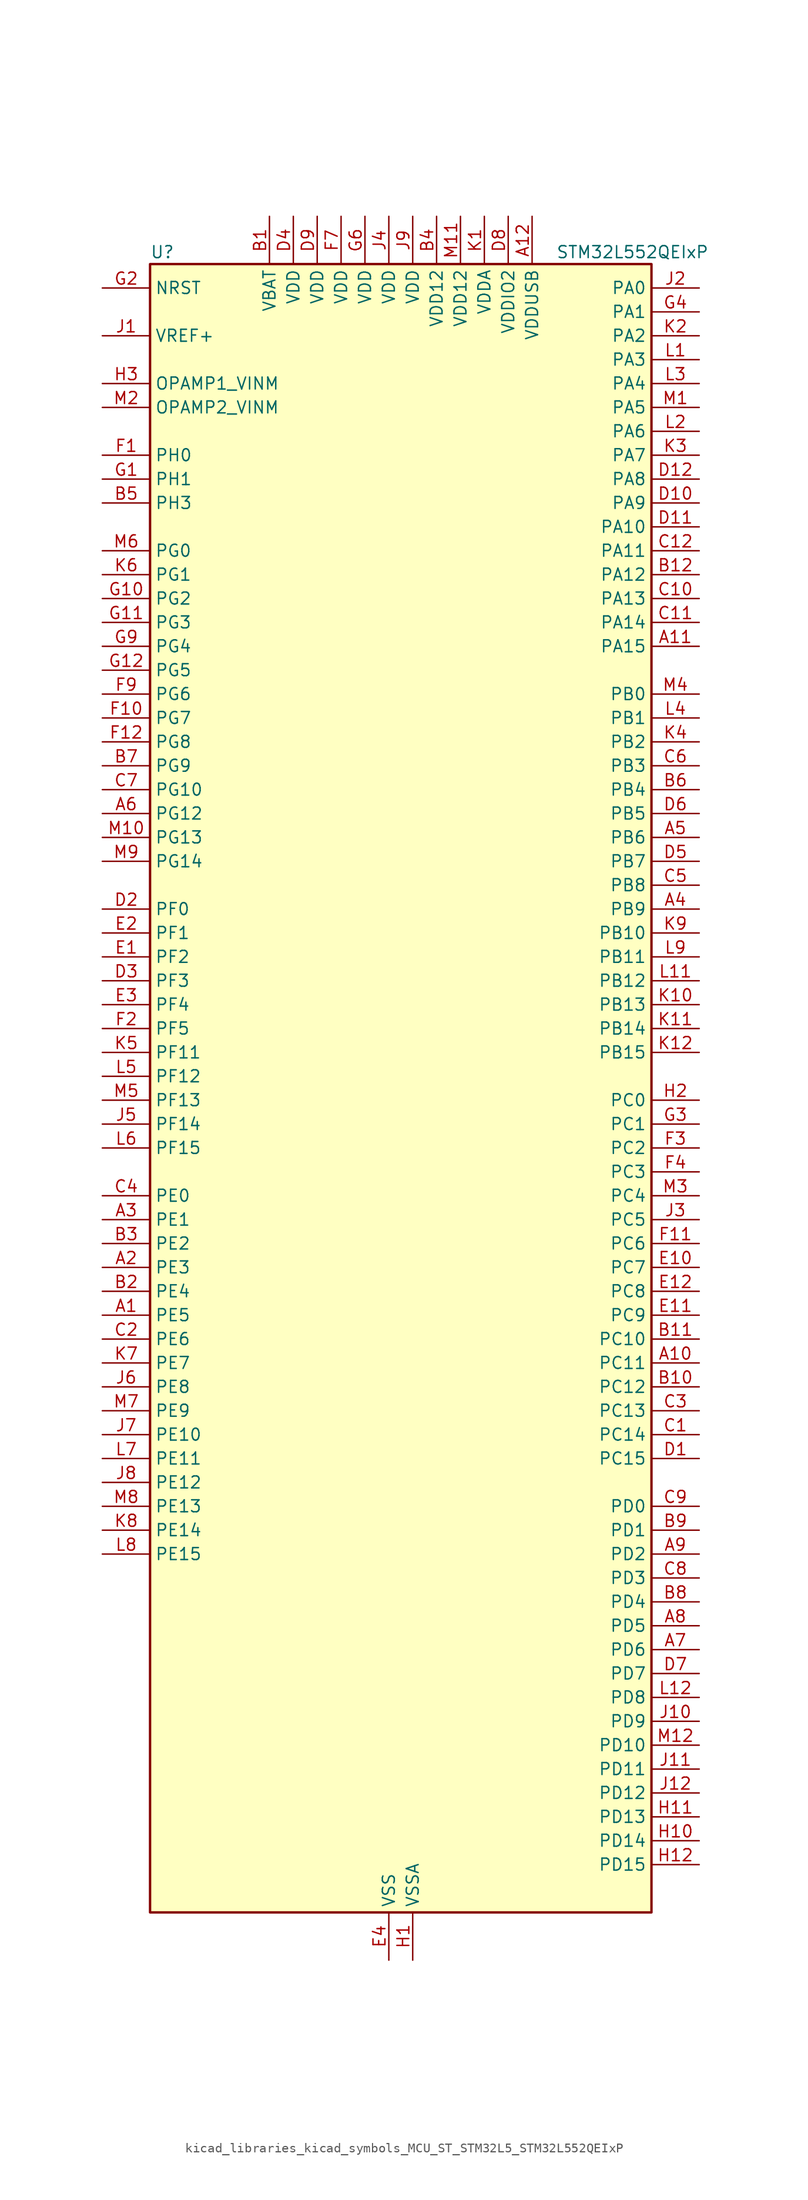
<source format=kicad_sym>
(kicad_symbol_lib
  (version 20220914)
  (generator kicad_symbol_editor)
  (symbol "kicad_libraries_kicad_symbols_MCU_ST_STM32L5_STM32L552QEIxP"
    (property "Reference" "U"
      (at -25.4 90.17 0)
      (effects (font (size 1.27 1.27)) (justify left)))
    (property "Value" "STM32L552QEIxP"
      (at 17.78 90.17 0)
      (effects (font (size 1.27 1.27)) (justify left)))
    (property "ki_locked" ""
      (at 0 0 0)
      (effects (font (size 1.27 1.27))))
    (symbol "kicad_libraries_kicad_symbols_MCU_ST_STM32L5_STM32L552QEIxP_0_1"
      (rectangle (start -25.4 -86.36) (end 27.94 88.9) (stroke (width 0.254) (type default)) (fill (type background))))
    (symbol "kicad_libraries_kicad_symbols_MCU_ST_STM32L5_STM32L552QEIxP_1_1"
      (pin bidirectional line (at -30.48 -22.86 0) (length 5.08) (name "PE5" (effects (font (size 1.27 1.27)))) (number "A1" (effects (font (size 1.27 1.27)))) (alternate "DEBUG_TRACED2" bidirectional line) (alternate "DFSDM1_CKIN3" bidirectional line) (alternate "FMC_A21" bidirectional line) (alternate "SAI1_CK2" bidirectional line) (alternate "SAI1_SCK_A" bidirectional line) (alternate "TIM3_CH3" bidirectional line) (alternate "TSC_G7_IO4" bidirectional line))
      (pin bidirectional line (at 33.02 -27.94 180) (length 5.08) (name "PC11" (effects (font (size 1.27 1.27)))) (number "A10" (effects (font (size 1.27 1.27)))) (alternate "ADC1_EXTI11" bidirectional line) (alternate "ADC2_EXTI11" bidirectional line) (alternate "LPTIM3_IN1" bidirectional line) (alternate "OCTOSPI1_NCS" bidirectional line) (alternate "SAI2_MCLK_B" bidirectional line) (alternate "SDMMC1_D3" bidirectional line) (alternate "SPI3_MISO" bidirectional line) (alternate "TSC_G3_IO3" bidirectional line) (alternate "UART4_RX" bidirectional line) (alternate "UCPD1_FRSTX2" bidirectional line) (alternate "USART3_RX" bidirectional line))
      (pin bidirectional line (at 33.02 48.26 180) (length 5.08) (name "PA15" (effects (font (size 1.27 1.27)))) (number "A11" (effects (font (size 1.27 1.27)))) (alternate "ADC1_EXTI15" bidirectional line) (alternate "ADC2_EXTI15" bidirectional line) (alternate "DEBUG_JTDI" bidirectional line) (alternate "SAI2_FS_B" bidirectional line) (alternate "SPI1_NSS" bidirectional line) (alternate "SPI3_NSS" bidirectional line) (alternate "TIM2_CH1" bidirectional line) (alternate "TIM2_ETR" bidirectional line) (alternate "UART4_DE" bidirectional line) (alternate "UART4_RTS" bidirectional line) (alternate "UCPD1_CC1" bidirectional line) (alternate "USART2_RX" bidirectional line) (alternate "USART3_DE" bidirectional line) (alternate "USART3_RTS" bidirectional line))
      (pin power_in line (at 15.24 93.98 270) (length 5.08) (name "VDDUSB" (effects (font (size 1.27 1.27)))) (number "A12" (effects (font (size 1.27 1.27)))))
      (pin bidirectional line (at -30.48 -17.78 0) (length 5.08) (name "PE3" (effects (font (size 1.27 1.27)))) (number "A2" (effects (font (size 1.27 1.27)))) (alternate "DEBUG_TRACED0" bidirectional line) (alternate "FMC_A19" bidirectional line) (alternate "OCTOSPI1_DQS" bidirectional line) (alternate "SAI1_SD_B" bidirectional line) (alternate "TIM3_CH1" bidirectional line) (alternate "TSC_G7_IO2" bidirectional line))
      (pin bidirectional line (at -30.48 -12.7 0) (length 5.08) (name "PE1" (effects (font (size 1.27 1.27)))) (number "A3" (effects (font (size 1.27 1.27)))) (alternate "FMC_NBL1" bidirectional line) (alternate "TIM17_CH1" bidirectional line))
      (pin bidirectional line (at 33.02 20.32 180) (length 5.08) (name "PB9" (effects (font (size 1.27 1.27)))) (number "A4" (effects (font (size 1.27 1.27)))) (alternate "DAC1_EXTI9" bidirectional line) (alternate "FDCAN1_TX" bidirectional line) (alternate "I2C1_SDA" bidirectional line) (alternate "IR_OUT" bidirectional line) (alternate "SAI1_D2" bidirectional line) (alternate "SAI1_FS_A" bidirectional line) (alternate "SDMMC1_CDIR" bidirectional line) (alternate "SDMMC1_D5" bidirectional line) (alternate "SPI2_NSS" bidirectional line) (alternate "TIM17_CH1" bidirectional line) (alternate "TIM4_CH4" bidirectional line))
      (pin bidirectional line (at 33.02 27.94 180) (length 5.08) (name "PB6" (effects (font (size 1.27 1.27)))) (number "A5" (effects (font (size 1.27 1.27)))) (alternate "COMP2_INP" bidirectional line) (alternate "I2C1_SCL" bidirectional line) (alternate "I2C4_SCL" bidirectional line) (alternate "LPTIM1_ETR" bidirectional line) (alternate "SAI1_FS_B" bidirectional line) (alternate "TIM16_CH1N" bidirectional line) (alternate "TIM4_CH1" bidirectional line) (alternate "TIM8_BKIN2" bidirectional line) (alternate "TSC_G2_IO3" bidirectional line) (alternate "USART1_TX" bidirectional line))
      (pin bidirectional line (at -30.48 30.48 0) (length 5.08) (name "PG12" (effects (font (size 1.27 1.27)))) (number "A6" (effects (font (size 1.27 1.27)))) (alternate "FMC_NE4" bidirectional line) (alternate "LPTIM1_ETR" bidirectional line) (alternate "SAI2_SD_A" bidirectional line) (alternate "SPI3_NSS" bidirectional line) (alternate "USART1_DE" bidirectional line) (alternate "USART1_RTS" bidirectional line))
      (pin bidirectional line (at 33.02 -58.42 180) (length 5.08) (name "PD6" (effects (font (size 1.27 1.27)))) (number "A7" (effects (font (size 1.27 1.27)))) (alternate "DFSDM1_DATIN1" bidirectional line) (alternate "FMC_NWAIT" bidirectional line) (alternate "OCTOSPI1_IO6" bidirectional line) (alternate "SAI1_D1" bidirectional line) (alternate "SAI1_SD_A" bidirectional line) (alternate "SPI3_MOSI" bidirectional line) (alternate "USART2_RX" bidirectional line))
      (pin bidirectional line (at 33.02 -55.88 180) (length 5.08) (name "PD5" (effects (font (size 1.27 1.27)))) (number "A8" (effects (font (size 1.27 1.27)))) (alternate "FMC_NWE" bidirectional line) (alternate "OCTOSPI1_IO5" bidirectional line) (alternate "USART2_TX" bidirectional line))
      (pin bidirectional line (at 33.02 -48.26 180) (length 5.08) (name "PD2" (effects (font (size 1.27 1.27)))) (number "A9" (effects (font (size 1.27 1.27)))) (alternate "DEBUG_TRACED2" bidirectional line) (alternate "SDMMC1_CMD" bidirectional line) (alternate "TIM3_ETR" bidirectional line) (alternate "TSC_SYNC" bidirectional line) (alternate "UART5_RX" bidirectional line) (alternate "USART3_DE" bidirectional line) (alternate "USART3_RTS" bidirectional line))
      (pin power_in line (at -12.7 93.98 270) (length 5.08) (name "VBAT" (effects (font (size 1.27 1.27)))) (number "B1" (effects (font (size 1.27 1.27)))))
      (pin bidirectional line (at 33.02 -30.48 180) (length 5.08) (name "PC12" (effects (font (size 1.27 1.27)))) (number "B10" (effects (font (size 1.27 1.27)))) (alternate "DEBUG_TRACED3" bidirectional line) (alternate "SAI2_SD_B" bidirectional line) (alternate "SDMMC1_CK" bidirectional line) (alternate "SPI3_MOSI" bidirectional line) (alternate "TSC_G3_IO4" bidirectional line) (alternate "UART5_TX" bidirectional line) (alternate "USART3_CK" bidirectional line))
      (pin bidirectional line (at 33.02 -25.4 180) (length 5.08) (name "PC10" (effects (font (size 1.27 1.27)))) (number "B11" (effects (font (size 1.27 1.27)))) (alternate "DEBUG_TRACED1" bidirectional line) (alternate "LPTIM3_ETR" bidirectional line) (alternate "SAI2_SCK_B" bidirectional line) (alternate "SDMMC1_D2" bidirectional line) (alternate "SPI3_SCK" bidirectional line) (alternate "TSC_G3_IO2" bidirectional line) (alternate "UART4_TX" bidirectional line) (alternate "USART3_TX" bidirectional line))
      (pin bidirectional line (at 33.02 55.88 180) (length 5.08) (name "PA12" (effects (font (size 1.27 1.27)))) (number "B12" (effects (font (size 1.27 1.27)))) (alternate "FDCAN1_TX" bidirectional line) (alternate "SPI1_MOSI" bidirectional line) (alternate "TIM1_ETR" bidirectional line) (alternate "USART1_DE" bidirectional line) (alternate "USART1_RTS" bidirectional line) (alternate "USB_DP" bidirectional line))
      (pin bidirectional line (at -30.48 -20.32 0) (length 5.08) (name "PE4" (effects (font (size 1.27 1.27)))) (number "B2" (effects (font (size 1.27 1.27)))) (alternate "DEBUG_TRACED1" bidirectional line) (alternate "DFSDM1_DATIN3" bidirectional line) (alternate "FMC_A20" bidirectional line) (alternate "SAI1_D2" bidirectional line) (alternate "SAI1_FS_A" bidirectional line) (alternate "TIM3_CH2" bidirectional line) (alternate "TSC_G7_IO3" bidirectional line))
      (pin bidirectional line (at -30.48 -15.24 0) (length 5.08) (name "PE2" (effects (font (size 1.27 1.27)))) (number "B3" (effects (font (size 1.27 1.27)))) (alternate "DEBUG_TRACECLK" bidirectional line) (alternate "FMC_A23" bidirectional line) (alternate "SAI1_CK1" bidirectional line) (alternate "SAI1_MCLK_A" bidirectional line) (alternate "TIM3_ETR" bidirectional line) (alternate "TSC_G7_IO1" bidirectional line))
      (pin power_in line (at 5.08 93.98 270) (length 5.08) (name "VDD12" (effects (font (size 1.27 1.27)))) (number "B4" (effects (font (size 1.27 1.27)))))
      (pin bidirectional line (at -30.48 63.5 0) (length 5.08) (name "PH3" (effects (font (size 1.27 1.27)))) (number "B5" (effects (font (size 1.27 1.27)))))
      (pin bidirectional line (at 33.02 33.02 180) (length 5.08) (name "PB4" (effects (font (size 1.27 1.27)))) (number "B6" (effects (font (size 1.27 1.27)))) (alternate "COMP2_INP" bidirectional line) (alternate "DEBUG_JTRST" bidirectional line) (alternate "I2C3_SDA" bidirectional line) (alternate "SAI1_MCLK_B" bidirectional line) (alternate "SPI1_MISO" bidirectional line) (alternate "SPI3_MISO" bidirectional line) (alternate "TIM17_BKIN" bidirectional line) (alternate "TIM3_CH1" bidirectional line) (alternate "TSC_G2_IO1" bidirectional line) (alternate "UART5_DE" bidirectional line) (alternate "UART5_RTS" bidirectional line) (alternate "USART1_CTS" bidirectional line) (alternate "USART1_NSS" bidirectional line))
      (pin bidirectional line (at -30.48 35.56 0) (length 5.08) (name "PG9" (effects (font (size 1.27 1.27)))) (number "B7" (effects (font (size 1.27 1.27)))) (alternate "DAC1_EXTI9" bidirectional line) (alternate "FMC_NCE" bidirectional line) (alternate "FMC_NE2" bidirectional line) (alternate "SAI2_SCK_A" bidirectional line) (alternate "SPI3_SCK" bidirectional line) (alternate "TIM15_CH1N" bidirectional line) (alternate "USART1_TX" bidirectional line))
      (pin bidirectional line (at 33.02 -53.34 180) (length 5.08) (name "PD4" (effects (font (size 1.27 1.27)))) (number "B8" (effects (font (size 1.27 1.27)))) (alternate "DFSDM1_CKIN0" bidirectional line) (alternate "FMC_NOE" bidirectional line) (alternate "OCTOSPI1_IO4" bidirectional line) (alternate "SPI2_MOSI" bidirectional line) (alternate "USART2_DE" bidirectional line) (alternate "USART2_RTS" bidirectional line))
      (pin bidirectional line (at 33.02 -45.72 180) (length 5.08) (name "PD1" (effects (font (size 1.27 1.27)))) (number "B9" (effects (font (size 1.27 1.27)))) (alternate "FDCAN1_TX" bidirectional line) (alternate "FMC_D3" bidirectional line) (alternate "FMC_DA3" bidirectional line) (alternate "SPI2_SCK" bidirectional line))
      (pin bidirectional line (at 33.02 -35.56 180) (length 5.08) (name "PC14" (effects (font (size 1.27 1.27)))) (number "C1" (effects (font (size 1.27 1.27)))) (alternate "RCC_OSC32_IN" bidirectional line))
      (pin bidirectional line (at 33.02 53.34 180) (length 5.08) (name "PA13" (effects (font (size 1.27 1.27)))) (number "C10" (effects (font (size 1.27 1.27)))) (alternate "DEBUG_JTMS-SWDIO" bidirectional line) (alternate "IR_OUT" bidirectional line) (alternate "SAI1_SD_B" bidirectional line) (alternate "USB_NOE" bidirectional line))
      (pin bidirectional line (at 33.02 50.8 180) (length 5.08) (name "PA14" (effects (font (size 1.27 1.27)))) (number "C11" (effects (font (size 1.27 1.27)))) (alternate "DEBUG_JTCK-SWCLK" bidirectional line) (alternate "I2C1_SMBA" bidirectional line) (alternate "I2C4_SMBA" bidirectional line) (alternate "LPTIM1_OUT" bidirectional line) (alternate "SAI1_FS_B" bidirectional line))
      (pin bidirectional line (at 33.02 58.42 180) (length 5.08) (name "PA11" (effects (font (size 1.27 1.27)))) (number "C12" (effects (font (size 1.27 1.27)))) (alternate "ADC1_EXTI11" bidirectional line) (alternate "ADC2_EXTI11" bidirectional line) (alternate "FDCAN1_RX" bidirectional line) (alternate "SPI1_MISO" bidirectional line) (alternate "TIM1_BKIN2" bidirectional line) (alternate "TIM1_CH4" bidirectional line) (alternate "USART1_CTS" bidirectional line) (alternate "USART1_NSS" bidirectional line) (alternate "USB_DM" bidirectional line))
      (pin bidirectional line (at -30.48 -25.4 0) (length 5.08) (name "PE6" (effects (font (size 1.27 1.27)))) (number "C2" (effects (font (size 1.27 1.27)))) (alternate "DEBUG_TRACED3" bidirectional line) (alternate "FMC_A22" bidirectional line) (alternate "PWR_WKUP3" bidirectional line) (alternate "SAI1_D1" bidirectional line) (alternate "SAI1_SD_A" bidirectional line) (alternate "TAMP_IN3" bidirectional line) (alternate "TAMP_OUT6" bidirectional line) (alternate "TIM3_CH4" bidirectional line))
      (pin bidirectional line (at 33.02 -33.02 180) (length 5.08) (name "PC13" (effects (font (size 1.27 1.27)))) (number "C3" (effects (font (size 1.27 1.27)))) (alternate "PWR_WKUP2" bidirectional line) (alternate "RTC_OUT1" bidirectional line) (alternate "RTC_TS" bidirectional line) (alternate "TAMP_IN1" bidirectional line) (alternate "TAMP_OUT2" bidirectional line))
      (pin bidirectional line (at -30.48 -10.16 0) (length 5.08) (name "PE0" (effects (font (size 1.27 1.27)))) (number "C4" (effects (font (size 1.27 1.27)))) (alternate "FMC_NBL0" bidirectional line) (alternate "TIM16_CH1" bidirectional line) (alternate "TIM4_ETR" bidirectional line))
      (pin bidirectional line (at 33.02 22.86 180) (length 5.08) (name "PB8" (effects (font (size 1.27 1.27)))) (number "C5" (effects (font (size 1.27 1.27)))) (alternate "DFSDM1_CKOUT" bidirectional line) (alternate "FDCAN1_RX" bidirectional line) (alternate "I2C1_SCL" bidirectional line) (alternate "SAI1_CK1" bidirectional line) (alternate "SAI1_MCLK_A" bidirectional line) (alternate "SDMMC1_CKIN" bidirectional line) (alternate "SDMMC1_D4" bidirectional line) (alternate "TIM16_CH1" bidirectional line) (alternate "TIM4_CH3" bidirectional line))
      (pin bidirectional line (at 33.02 35.56 180) (length 5.08) (name "PB3" (effects (font (size 1.27 1.27)))) (number "C6" (effects (font (size 1.27 1.27)))) (alternate "COMP2_INM" bidirectional line) (alternate "CRS_SYNC" bidirectional line) (alternate "DEBUG_JTDO-SWO" bidirectional line) (alternate "SAI1_SCK_B" bidirectional line) (alternate "SPI1_SCK" bidirectional line) (alternate "SPI3_SCK" bidirectional line) (alternate "TIM2_CH2" bidirectional line) (alternate "USART1_DE" bidirectional line) (alternate "USART1_RTS" bidirectional line))
      (pin bidirectional line (at -30.48 33.02 0) (length 5.08) (name "PG10" (effects (font (size 1.27 1.27)))) (number "C7" (effects (font (size 1.27 1.27)))) (alternate "FMC_NE3" bidirectional line) (alternate "LPTIM1_IN1" bidirectional line) (alternate "SAI2_FS_A" bidirectional line) (alternate "SPI3_MISO" bidirectional line) (alternate "TIM15_CH1" bidirectional line) (alternate "USART1_RX" bidirectional line))
      (pin bidirectional line (at 33.02 -50.8 180) (length 5.08) (name "PD3" (effects (font (size 1.27 1.27)))) (number "C8" (effects (font (size 1.27 1.27)))) (alternate "DFSDM1_DATIN0" bidirectional line) (alternate "FMC_CLK" bidirectional line) (alternate "SPI2_MISO" bidirectional line) (alternate "SPI2_SCK" bidirectional line) (alternate "USART2_CTS" bidirectional line) (alternate "USART2_NSS" bidirectional line))
      (pin bidirectional line (at 33.02 -43.18 180) (length 5.08) (name "PD0" (effects (font (size 1.27 1.27)))) (number "C9" (effects (font (size 1.27 1.27)))) (alternate "FDCAN1_RX" bidirectional line) (alternate "FMC_D2" bidirectional line) (alternate "FMC_DA2" bidirectional line) (alternate "SPI2_NSS" bidirectional line))
      (pin bidirectional line (at 33.02 -38.1 180) (length 5.08) (name "PC15" (effects (font (size 1.27 1.27)))) (number "D1" (effects (font (size 1.27 1.27)))) (alternate "ADC1_EXTI15" bidirectional line) (alternate "ADC2_EXTI15" bidirectional line) (alternate "RCC_OSC32_OUT" bidirectional line))
      (pin bidirectional line (at 33.02 63.5 180) (length 5.08) (name "PA9" (effects (font (size 1.27 1.27)))) (number "D10" (effects (font (size 1.27 1.27)))) (alternate "DAC1_EXTI9" bidirectional line) (alternate "SAI1_FS_A" bidirectional line) (alternate "SPI2_SCK" bidirectional line) (alternate "TIM15_BKIN" bidirectional line) (alternate "TIM1_CH2" bidirectional line) (alternate "USART1_TX" bidirectional line))
      (pin bidirectional line (at 33.02 60.96 180) (length 5.08) (name "PA10" (effects (font (size 1.27 1.27)))) (number "D11" (effects (font (size 1.27 1.27)))) (alternate "CRS_SYNC" bidirectional line) (alternate "SAI1_D1" bidirectional line) (alternate "SAI1_SD_A" bidirectional line) (alternate "TIM17_BKIN" bidirectional line) (alternate "TIM1_CH3" bidirectional line) (alternate "USART1_RX" bidirectional line))
      (pin bidirectional line (at 33.02 66.04 180) (length 5.08) (name "PA8" (effects (font (size 1.27 1.27)))) (number "D12" (effects (font (size 1.27 1.27)))) (alternate "LPTIM2_OUT" bidirectional line) (alternate "RCC_MCO" bidirectional line) (alternate "SAI1_CK2" bidirectional line) (alternate "SAI1_SCK_A" bidirectional line) (alternate "TIM1_CH1" bidirectional line) (alternate "USART1_CK" bidirectional line))
      (pin bidirectional line (at -30.48 20.32 0) (length 5.08) (name "PF0" (effects (font (size 1.27 1.27)))) (number "D2" (effects (font (size 1.27 1.27)))) (alternate "FMC_A0" bidirectional line) (alternate "I2C2_SDA" bidirectional line))
      (pin bidirectional line (at -30.48 12.7 0) (length 5.08) (name "PF3" (effects (font (size 1.27 1.27)))) (number "D3" (effects (font (size 1.27 1.27)))) (alternate "FMC_A3" bidirectional line) (alternate "LPTIM3_IN1" bidirectional line))
      (pin power_in line (at -10.16 93.98 270) (length 5.08) (name "VDD" (effects (font (size 1.27 1.27)))) (number "D4" (effects (font (size 1.27 1.27)))))
      (pin bidirectional line (at 33.02 25.4 180) (length 5.08) (name "PB7" (effects (font (size 1.27 1.27)))) (number "D5" (effects (font (size 1.27 1.27)))) (alternate "COMP2_INM" bidirectional line) (alternate "FMC_NL" bidirectional line) (alternate "I2C1_SDA" bidirectional line) (alternate "I2C4_SDA" bidirectional line) (alternate "LPTIM1_IN2" bidirectional line) (alternate "PWR_PVD_IN" bidirectional line) (alternate "TIM17_CH1N" bidirectional line) (alternate "TIM4_CH2" bidirectional line) (alternate "TIM8_BKIN" bidirectional line) (alternate "TSC_G2_IO4" bidirectional line) (alternate "UART4_CTS" bidirectional line) (alternate "USART1_RX" bidirectional line))
      (pin bidirectional line (at 33.02 30.48 180) (length 5.08) (name "PB5" (effects (font (size 1.27 1.27)))) (number "D6" (effects (font (size 1.27 1.27)))) (alternate "COMP2_OUT" bidirectional line) (alternate "I2C1_SMBA" bidirectional line) (alternate "LPTIM1_IN1" bidirectional line) (alternate "OCTOSPI1_NCLK" bidirectional line) (alternate "SAI1_SD_B" bidirectional line) (alternate "SPI1_MOSI" bidirectional line) (alternate "SPI3_MOSI" bidirectional line) (alternate "TIM16_BKIN" bidirectional line) (alternate "TIM3_CH2" bidirectional line) (alternate "TSC_G2_IO2" bidirectional line) (alternate "UART5_CTS" bidirectional line) (alternate "UCPD1_DBCC1" bidirectional line) (alternate "USART1_CK" bidirectional line))
      (pin bidirectional line (at 33.02 -60.96 180) (length 5.08) (name "PD7" (effects (font (size 1.27 1.27)))) (number "D7" (effects (font (size 1.27 1.27)))) (alternate "DFSDM1_CKIN1" bidirectional line) (alternate "FMC_NCE" bidirectional line) (alternate "FMC_NE1" bidirectional line) (alternate "OCTOSPI1_IO7" bidirectional line) (alternate "USART2_CK" bidirectional line))
      (pin power_in line (at 12.7 93.98 270) (length 5.08) (name "VDDIO2" (effects (font (size 1.27 1.27)))) (number "D8" (effects (font (size 1.27 1.27)))))
      (pin power_in line (at -7.62 93.98 270) (length 5.08) (name "VDD" (effects (font (size 1.27 1.27)))) (number "D9" (effects (font (size 1.27 1.27)))))
      (pin bidirectional line (at -30.48 15.24 0) (length 5.08) (name "PF2" (effects (font (size 1.27 1.27)))) (number "E1" (effects (font (size 1.27 1.27)))) (alternate "FMC_A2" bidirectional line) (alternate "I2C2_SMBA" bidirectional line))
      (pin bidirectional line (at 33.02 -17.78 180) (length 5.08) (name "PC7" (effects (font (size 1.27 1.27)))) (number "E10" (effects (font (size 1.27 1.27)))) (alternate "DFSDM1_DATIN3" bidirectional line) (alternate "SAI2_MCLK_B" bidirectional line) (alternate "SDMMC1_D123DIR" bidirectional line) (alternate "SDMMC1_D7" bidirectional line) (alternate "TIM3_CH2" bidirectional line) (alternate "TIM8_CH2" bidirectional line) (alternate "TSC_G4_IO2" bidirectional line))
      (pin bidirectional line (at 33.02 -22.86 180) (length 5.08) (name "PC9" (effects (font (size 1.27 1.27)))) (number "E11" (effects (font (size 1.27 1.27)))) (alternate "DAC1_EXTI9" bidirectional line) (alternate "DEBUG_TRACED0" bidirectional line) (alternate "SAI2_EXTCLK" bidirectional line) (alternate "SDMMC1_D1" bidirectional line) (alternate "TIM3_CH4" bidirectional line) (alternate "TIM8_BKIN2" bidirectional line) (alternate "TIM8_CH4" bidirectional line) (alternate "TSC_G4_IO4" bidirectional line) (alternate "USB_NOE" bidirectional line))
      (pin bidirectional line (at 33.02 -20.32 180) (length 5.08) (name "PC8" (effects (font (size 1.27 1.27)))) (number "E12" (effects (font (size 1.27 1.27)))) (alternate "SDMMC1_D0" bidirectional line) (alternate "TIM3_CH3" bidirectional line) (alternate "TIM8_CH3" bidirectional line) (alternate "TSC_G4_IO3" bidirectional line))
      (pin bidirectional line (at -30.48 17.78 0) (length 5.08) (name "PF1" (effects (font (size 1.27 1.27)))) (number "E2" (effects (font (size 1.27 1.27)))) (alternate "FMC_A1" bidirectional line) (alternate "I2C2_SCL" bidirectional line))
      (pin bidirectional line (at -30.48 10.16 0) (length 5.08) (name "PF4" (effects (font (size 1.27 1.27)))) (number "E3" (effects (font (size 1.27 1.27)))) (alternate "FMC_A4" bidirectional line) (alternate "LPTIM3_ETR" bidirectional line))
      (pin power_in line (at 0 -91.44 90) (length 5.08) (name "VSS" (effects (font (size 1.27 1.27)))) (number "E4" (effects (font (size 1.27 1.27)))))
      (pin passive line (at 0 -91.44 90) (length 5.08) hide (name "VSS" (effects (font (size 1.27 1.27)))) (number "E9" (effects (font (size 1.27 1.27)))))
      (pin bidirectional line (at -30.48 68.58 0) (length 5.08) (name "PH0" (effects (font (size 1.27 1.27)))) (number "F1" (effects (font (size 1.27 1.27)))) (alternate "RCC_OSC_IN" bidirectional line))
      (pin bidirectional line (at -30.48 40.64 0) (length 5.08) (name "PG7" (effects (font (size 1.27 1.27)))) (number "F10" (effects (font (size 1.27 1.27)))) (alternate "DFSDM1_CKOUT" bidirectional line) (alternate "FMC_INT" bidirectional line) (alternate "I2C3_SCL" bidirectional line) (alternate "LPUART1_TX" bidirectional line) (alternate "SAI1_CK1" bidirectional line) (alternate "SAI1_MCLK_A" bidirectional line) (alternate "UCPD1_FRSTX2" bidirectional line))
      (pin bidirectional line (at 33.02 -15.24 180) (length 5.08) (name "PC6" (effects (font (size 1.27 1.27)))) (number "F11" (effects (font (size 1.27 1.27)))) (alternate "DFSDM1_CKIN3" bidirectional line) (alternate "SAI2_MCLK_A" bidirectional line) (alternate "SDMMC1_D0DIR" bidirectional line) (alternate "SDMMC1_D6" bidirectional line) (alternate "TIM3_CH1" bidirectional line) (alternate "TIM8_CH1" bidirectional line) (alternate "TSC_G4_IO1" bidirectional line))
      (pin bidirectional line (at -30.48 38.1 0) (length 5.08) (name "PG8" (effects (font (size 1.27 1.27)))) (number "F12" (effects (font (size 1.27 1.27)))) (alternate "I2C3_SDA" bidirectional line) (alternate "LPUART1_RX" bidirectional line))
      (pin bidirectional line (at -30.48 7.62 0) (length 5.08) (name "PF5" (effects (font (size 1.27 1.27)))) (number "F2" (effects (font (size 1.27 1.27)))) (alternate "FMC_A5" bidirectional line) (alternate "LPTIM3_OUT" bidirectional line))
      (pin bidirectional line (at 33.02 -5.08 180) (length 5.08) (name "PC2" (effects (font (size 1.27 1.27)))) (number "F3" (effects (font (size 1.27 1.27)))) (alternate "ADC1_IN3" bidirectional line) (alternate "ADC2_IN3" bidirectional line) (alternate "DFSDM1_CKOUT" bidirectional line) (alternate "LPTIM1_IN2" bidirectional line) (alternate "OCTOSPI1_IO5" bidirectional line) (alternate "SPI2_MISO" bidirectional line))
      (pin bidirectional line (at 33.02 -7.62 180) (length 5.08) (name "PC3" (effects (font (size 1.27 1.27)))) (number "F4" (effects (font (size 1.27 1.27)))) (alternate "ADC1_IN4" bidirectional line) (alternate "ADC2_IN4" bidirectional line) (alternate "LPTIM1_ETR" bidirectional line) (alternate "LPTIM2_ETR" bidirectional line) (alternate "LPTIM3_OUT" bidirectional line) (alternate "OCTOSPI1_IO6" bidirectional line) (alternate "SAI1_D1" bidirectional line) (alternate "SAI1_SD_A" bidirectional line) (alternate "SPI2_MOSI" bidirectional line))
      (pin passive line (at 0 -91.44 90) (length 5.08) hide (name "VSS" (effects (font (size 1.27 1.27)))) (number "F6" (effects (font (size 1.27 1.27)))))
      (pin power_in line (at -5.08 93.98 270) (length 5.08) (name "VDD" (effects (font (size 1.27 1.27)))) (number "F7" (effects (font (size 1.27 1.27)))))
      (pin bidirectional line (at -30.48 43.18 0) (length 5.08) (name "PG6" (effects (font (size 1.27 1.27)))) (number "F9" (effects (font (size 1.27 1.27)))) (alternate "I2C3_SMBA" bidirectional line) (alternate "LPUART1_DE" bidirectional line) (alternate "LPUART1_RTS" bidirectional line) (alternate "OCTOSPI1_DQS" bidirectional line) (alternate "UCPD1_FRSTX1" bidirectional line))
      (pin bidirectional line (at -30.48 66.04 0) (length 5.08) (name "PH1" (effects (font (size 1.27 1.27)))) (number "G1" (effects (font (size 1.27 1.27)))) (alternate "RCC_OSC_OUT" bidirectional line))
      (pin bidirectional line (at -30.48 53.34 0) (length 5.08) (name "PG2" (effects (font (size 1.27 1.27)))) (number "G10" (effects (font (size 1.27 1.27)))) (alternate "FMC_A12" bidirectional line) (alternate "SAI2_SCK_B" bidirectional line) (alternate "SPI1_SCK" bidirectional line))
      (pin bidirectional line (at -30.48 50.8 0) (length 5.08) (name "PG3" (effects (font (size 1.27 1.27)))) (number "G11" (effects (font (size 1.27 1.27)))) (alternate "FMC_A13" bidirectional line) (alternate "SAI2_FS_B" bidirectional line) (alternate "SPI1_MISO" bidirectional line))
      (pin bidirectional line (at -30.48 45.72 0) (length 5.08) (name "PG5" (effects (font (size 1.27 1.27)))) (number "G12" (effects (font (size 1.27 1.27)))) (alternate "FMC_A15" bidirectional line) (alternate "LPUART1_CTS" bidirectional line) (alternate "SAI2_SD_B" bidirectional line) (alternate "SPI1_NSS" bidirectional line))
      (pin input line (at -30.48 86.36 0) (length 5.08) (name "NRST" (effects (font (size 1.27 1.27)))) (number "G2" (effects (font (size 1.27 1.27)))))
      (pin bidirectional line (at 33.02 -2.54 180) (length 5.08) (name "PC1" (effects (font (size 1.27 1.27)))) (number "G3" (effects (font (size 1.27 1.27)))) (alternate "ADC1_IN2" bidirectional line) (alternate "ADC2_IN2" bidirectional line) (alternate "DEBUG_TRACED0" bidirectional line) (alternate "I2C3_SDA" bidirectional line) (alternate "LPTIM1_OUT" bidirectional line) (alternate "LPUART1_TX" bidirectional line) (alternate "OCTOSPI1_IO4" bidirectional line) (alternate "SAI1_SD_A" bidirectional line) (alternate "SPI2_MOSI" bidirectional line))
      (pin bidirectional line (at 33.02 83.82 180) (length 5.08) (name "PA1" (effects (font (size 1.27 1.27)))) (number "G4" (effects (font (size 1.27 1.27)))) (alternate "ADC1_IN6" bidirectional line) (alternate "ADC2_IN6" bidirectional line) (alternate "I2C1_SMBA" bidirectional line) (alternate "OCTOSPI1_DQS" bidirectional line) (alternate "OPAMP1_VINM" bidirectional line) (alternate "SPI1_SCK" bidirectional line) (alternate "TAMP_IN5" bidirectional line) (alternate "TAMP_OUT4" bidirectional line) (alternate "TIM15_CH1N" bidirectional line) (alternate "TIM2_CH2" bidirectional line) (alternate "TIM5_CH2" bidirectional line) (alternate "UART4_RX" bidirectional line) (alternate "USART2_DE" bidirectional line) (alternate "USART2_RTS" bidirectional line))
      (pin power_in line (at -2.54 93.98 270) (length 5.08) (name "VDD" (effects (font (size 1.27 1.27)))) (number "G6" (effects (font (size 1.27 1.27)))))
      (pin passive line (at 0 -91.44 90) (length 5.08) hide (name "VSS" (effects (font (size 1.27 1.27)))) (number "G7" (effects (font (size 1.27 1.27)))))
      (pin bidirectional line (at -30.48 48.26 0) (length 5.08) (name "PG4" (effects (font (size 1.27 1.27)))) (number "G9" (effects (font (size 1.27 1.27)))) (alternate "FMC_A14" bidirectional line) (alternate "SAI2_MCLK_B" bidirectional line) (alternate "SPI1_MOSI" bidirectional line))
      (pin power_in line (at 2.54 -91.44 90) (length 5.08) (name "VSSA" (effects (font (size 1.27 1.27)))) (number "H1" (effects (font (size 1.27 1.27)))))
      (pin bidirectional line (at 33.02 -78.74 180) (length 5.08) (name "PD14" (effects (font (size 1.27 1.27)))) (number "H10" (effects (font (size 1.27 1.27)))) (alternate "FMC_D0" bidirectional line) (alternate "FMC_DA0" bidirectional line) (alternate "TIM4_CH3" bidirectional line))
      (pin bidirectional line (at 33.02 -76.2 180) (length 5.08) (name "PD13" (effects (font (size 1.27 1.27)))) (number "H11" (effects (font (size 1.27 1.27)))) (alternate "FMC_A18" bidirectional line) (alternate "I2C4_SDA" bidirectional line) (alternate "LPTIM2_OUT" bidirectional line) (alternate "TIM4_CH2" bidirectional line) (alternate "TSC_G6_IO4" bidirectional line))
      (pin bidirectional line (at 33.02 -81.28 180) (length 5.08) (name "PD15" (effects (font (size 1.27 1.27)))) (number "H12" (effects (font (size 1.27 1.27)))) (alternate "ADC1_EXTI15" bidirectional line) (alternate "ADC2_EXTI15" bidirectional line) (alternate "FMC_D1" bidirectional line) (alternate "FMC_DA1" bidirectional line) (alternate "TIM4_CH4" bidirectional line))
      (pin bidirectional line (at 33.02 0 180) (length 5.08) (name "PC0" (effects (font (size 1.27 1.27)))) (number "H2" (effects (font (size 1.27 1.27)))) (alternate "ADC1_IN1" bidirectional line) (alternate "ADC2_IN1" bidirectional line) (alternate "I2C3_SCL" bidirectional line) (alternate "LPTIM1_IN1" bidirectional line) (alternate "LPTIM2_IN1" bidirectional line) (alternate "LPUART1_RX" bidirectional line) (alternate "OCTOSPI1_IO7" bidirectional line) (alternate "SAI2_FS_A" bidirectional line) (alternate "SDMMC1_D5" bidirectional line))
      (pin bidirectional line (at -30.48 76.2 0) (length 5.08) (name "OPAMP1_VINM" (effects (font (size 1.27 1.27)))) (number "H3" (effects (font (size 1.27 1.27)))) (alternate "OPAMP1_VINM" bidirectional line))
      (pin passive line (at 0 -91.44 90) (length 5.08) hide (name "VSS" (effects (font (size 1.27 1.27)))) (number "H4" (effects (font (size 1.27 1.27)))))
      (pin passive line (at 0 -91.44 90) (length 5.08) hide (name "VSS" (effects (font (size 1.27 1.27)))) (number "H9" (effects (font (size 1.27 1.27)))))
      (pin input line (at -30.48 81.28 0) (length 5.08) (name "VREF+" (effects (font (size 1.27 1.27)))) (number "J1" (effects (font (size 1.27 1.27)))))
      (pin bidirectional line (at 33.02 -66.04 180) (length 5.08) (name "PD9" (effects (font (size 1.27 1.27)))) (number "J10" (effects (font (size 1.27 1.27)))) (alternate "DAC1_EXTI9" bidirectional line) (alternate "FMC_D14" bidirectional line) (alternate "FMC_DA14" bidirectional line) (alternate "SAI2_MCLK_A" bidirectional line) (alternate "USART3_RX" bidirectional line))
      (pin bidirectional line (at 33.02 -71.12 180) (length 5.08) (name "PD11" (effects (font (size 1.27 1.27)))) (number "J11" (effects (font (size 1.27 1.27)))) (alternate "ADC1_EXTI11" bidirectional line) (alternate "ADC2_EXTI11" bidirectional line) (alternate "FMC_A16" bidirectional line) (alternate "FMC_CLE" bidirectional line) (alternate "I2C4_SMBA" bidirectional line) (alternate "LPTIM2_ETR" bidirectional line) (alternate "SAI2_SD_A" bidirectional line) (alternate "TSC_G6_IO2" bidirectional line) (alternate "USART3_CTS" bidirectional line) (alternate "USART3_NSS" bidirectional line))
      (pin bidirectional line (at 33.02 -73.66 180) (length 5.08) (name "PD12" (effects (font (size 1.27 1.27)))) (number "J12" (effects (font (size 1.27 1.27)))) (alternate "FMC_A17" bidirectional line) (alternate "FMC_ALE" bidirectional line) (alternate "I2C4_SCL" bidirectional line) (alternate "LPTIM2_IN1" bidirectional line) (alternate "SAI2_FS_A" bidirectional line) (alternate "TIM4_CH1" bidirectional line) (alternate "TSC_G6_IO3" bidirectional line) (alternate "USART3_DE" bidirectional line) (alternate "USART3_RTS" bidirectional line))
      (pin bidirectional line (at 33.02 86.36 180) (length 5.08) (name "PA0" (effects (font (size 1.27 1.27)))) (number "J2" (effects (font (size 1.27 1.27)))) (alternate "ADC1_IN5" bidirectional line) (alternate "ADC2_IN5" bidirectional line) (alternate "OPAMP1_VINP" bidirectional line) (alternate "PWR_WKUP1" bidirectional line) (alternate "SAI1_EXTCLK" bidirectional line) (alternate "TAMP_IN2" bidirectional line) (alternate "TAMP_OUT1" bidirectional line) (alternate "TIM2_CH1" bidirectional line) (alternate "TIM2_ETR" bidirectional line) (alternate "TIM5_CH1" bidirectional line) (alternate "TIM8_ETR" bidirectional line) (alternate "UART4_TX" bidirectional line) (alternate "USART2_CTS" bidirectional line) (alternate "USART2_NSS" bidirectional line))
      (pin bidirectional line (at 33.02 -12.7 180) (length 5.08) (name "PC5" (effects (font (size 1.27 1.27)))) (number "J3" (effects (font (size 1.27 1.27)))) (alternate "ADC1_IN14" bidirectional line) (alternate "ADC2_IN14" bidirectional line) (alternate "COMP1_INP" bidirectional line) (alternate "PWR_WKUP5" bidirectional line) (alternate "SAI1_D3" bidirectional line) (alternate "TAMP_IN4" bidirectional line) (alternate "TAMP_OUT5" bidirectional line) (alternate "USART3_RX" bidirectional line))
      (pin power_in line (at 0 93.98 270) (length 5.08) (name "VDD" (effects (font (size 1.27 1.27)))) (number "J4" (effects (font (size 1.27 1.27)))))
      (pin bidirectional line (at -30.48 -2.54 0) (length 5.08) (name "PF14" (effects (font (size 1.27 1.27)))) (number "J5" (effects (font (size 1.27 1.27)))) (alternate "FMC_A8" bidirectional line) (alternate "I2C4_SCL" bidirectional line) (alternate "TSC_G8_IO1" bidirectional line))
      (pin bidirectional line (at -30.48 -30.48 0) (length 5.08) (name "PE8" (effects (font (size 1.27 1.27)))) (number "J6" (effects (font (size 1.27 1.27)))) (alternate "DFSDM1_CKIN2" bidirectional line) (alternate "FMC_D5" bidirectional line) (alternate "FMC_DA5" bidirectional line) (alternate "SAI1_SCK_B" bidirectional line) (alternate "TIM1_CH1N" bidirectional line))
      (pin bidirectional line (at -30.48 -35.56 0) (length 5.08) (name "PE10" (effects (font (size 1.27 1.27)))) (number "J7" (effects (font (size 1.27 1.27)))) (alternate "FMC_D7" bidirectional line) (alternate "FMC_DA7" bidirectional line) (alternate "OCTOSPI1_CLK" bidirectional line) (alternate "SAI1_MCLK_B" bidirectional line) (alternate "TIM1_CH2N" bidirectional line) (alternate "TSC_G5_IO1" bidirectional line))
      (pin bidirectional line (at -30.48 -40.64 0) (length 5.08) (name "PE12" (effects (font (size 1.27 1.27)))) (number "J8" (effects (font (size 1.27 1.27)))) (alternate "FMC_D9" bidirectional line) (alternate "FMC_DA9" bidirectional line) (alternate "OCTOSPI1_IO0" bidirectional line) (alternate "SPI1_NSS" bidirectional line) (alternate "TIM1_CH3N" bidirectional line) (alternate "TSC_G5_IO3" bidirectional line))
      (pin power_in line (at 2.54 93.98 270) (length 5.08) (name "VDD" (effects (font (size 1.27 1.27)))) (number "J9" (effects (font (size 1.27 1.27)))))
      (pin power_in line (at 10.16 93.98 270) (length 5.08) (name "VDDA" (effects (font (size 1.27 1.27)))) (number "K1" (effects (font (size 1.27 1.27)))))
      (pin bidirectional line (at 33.02 10.16 180) (length 5.08) (name "PB13" (effects (font (size 1.27 1.27)))) (number "K10" (effects (font (size 1.27 1.27)))) (alternate "DFSDM1_CKIN1" bidirectional line) (alternate "I2C2_SCL" bidirectional line) (alternate "LPTIM3_IN1" bidirectional line) (alternate "LPUART1_CTS" bidirectional line) (alternate "SAI2_SCK_A" bidirectional line) (alternate "SPI2_SCK" bidirectional line) (alternate "TIM15_CH1N" bidirectional line) (alternate "TIM1_CH1N" bidirectional line) (alternate "TSC_G1_IO2" bidirectional line) (alternate "UCPD1_FRSTX2" bidirectional line) (alternate "USART3_CTS" bidirectional line) (alternate "USART3_NSS" bidirectional line))
      (pin bidirectional line (at 33.02 7.62 180) (length 5.08) (name "PB14" (effects (font (size 1.27 1.27)))) (number "K11" (effects (font (size 1.27 1.27)))) (alternate "DFSDM1_DATIN2" bidirectional line) (alternate "I2C2_SDA" bidirectional line) (alternate "LPTIM3_ETR" bidirectional line) (alternate "SAI2_MCLK_A" bidirectional line) (alternate "SPI2_MISO" bidirectional line) (alternate "TIM15_CH1" bidirectional line) (alternate "TIM1_CH2N" bidirectional line) (alternate "TIM8_CH2N" bidirectional line) (alternate "TSC_G1_IO3" bidirectional line) (alternate "UCPD1_DBCC2" bidirectional line) (alternate "USART3_DE" bidirectional line) (alternate "USART3_RTS" bidirectional line))
      (pin bidirectional line (at 33.02 5.08 180) (length 5.08) (name "PB15" (effects (font (size 1.27 1.27)))) (number "K12" (effects (font (size 1.27 1.27)))) (alternate "ADC1_EXTI15" bidirectional line) (alternate "ADC2_EXTI15" bidirectional line) (alternate "DFSDM1_CKIN2" bidirectional line) (alternate "RTC_REFIN" bidirectional line) (alternate "SAI2_SD_A" bidirectional line) (alternate "SPI2_MOSI" bidirectional line) (alternate "TIM15_CH2" bidirectional line) (alternate "TIM1_CH3N" bidirectional line) (alternate "TIM8_CH3N" bidirectional line) (alternate "UCPD1_CC2" bidirectional line))
      (pin bidirectional line (at 33.02 81.28 180) (length 5.08) (name "PA2" (effects (font (size 1.27 1.27)))) (number "K2" (effects (font (size 1.27 1.27)))) (alternate "ADC1_IN7" bidirectional line) (alternate "ADC2_IN7" bidirectional line) (alternate "COMP1_INP" bidirectional line) (alternate "LPUART1_TX" bidirectional line) (alternate "OCTOSPI1_NCS" bidirectional line) (alternate "PWR_WKUP4" bidirectional line) (alternate "RCC_LSCO" bidirectional line) (alternate "SAI2_EXTCLK" bidirectional line) (alternate "TIM15_CH1" bidirectional line) (alternate "TIM2_CH3" bidirectional line) (alternate "TIM5_CH3" bidirectional line) (alternate "UCPD1_FRSTX1" bidirectional line) (alternate "USART2_TX" bidirectional line))
      (pin bidirectional line (at 33.02 68.58 180) (length 5.08) (name "PA7" (effects (font (size 1.27 1.27)))) (number "K3" (effects (font (size 1.27 1.27)))) (alternate "ADC1_IN12" bidirectional line) (alternate "ADC2_IN12" bidirectional line) (alternate "I2C3_SCL" bidirectional line) (alternate "OCTOSPI1_IO2" bidirectional line) (alternate "OPAMP2_VINM" bidirectional line) (alternate "SPI1_MOSI" bidirectional line) (alternate "TIM17_CH1" bidirectional line) (alternate "TIM1_CH1N" bidirectional line) (alternate "TIM3_CH2" bidirectional line) (alternate "TIM8_CH1N" bidirectional line))
      (pin bidirectional line (at 33.02 38.1 180) (length 5.08) (name "PB2" (effects (font (size 1.27 1.27)))) (number "K4" (effects (font (size 1.27 1.27)))) (alternate "COMP1_INP" bidirectional line) (alternate "DFSDM1_CKIN0" bidirectional line) (alternate "I2C3_SMBA" bidirectional line) (alternate "LPTIM1_OUT" bidirectional line) (alternate "OCTOSPI1_DQS" bidirectional line) (alternate "RTC_OUT2" bidirectional line) (alternate "UCPD1_FRSTX1" bidirectional line))
      (pin bidirectional line (at -30.48 5.08 0) (length 5.08) (name "PF11" (effects (font (size 1.27 1.27)))) (number "K5" (effects (font (size 1.27 1.27)))) (alternate "ADC1_EXTI11" bidirectional line) (alternate "ADC2_EXTI11" bidirectional line) (alternate "OCTOSPI1_NCLK" bidirectional line))
      (pin bidirectional line (at -30.48 55.88 0) (length 5.08) (name "PG1" (effects (font (size 1.27 1.27)))) (number "K6" (effects (font (size 1.27 1.27)))) (alternate "FMC_A11" bidirectional line) (alternate "TSC_G8_IO4" bidirectional line))
      (pin bidirectional line (at -30.48 -27.94 0) (length 5.08) (name "PE7" (effects (font (size 1.27 1.27)))) (number "K7" (effects (font (size 1.27 1.27)))) (alternate "DFSDM1_DATIN2" bidirectional line) (alternate "FMC_D4" bidirectional line) (alternate "FMC_DA4" bidirectional line) (alternate "SAI1_SD_B" bidirectional line) (alternate "TIM1_ETR" bidirectional line))
      (pin bidirectional line (at -30.48 -45.72 0) (length 5.08) (name "PE14" (effects (font (size 1.27 1.27)))) (number "K8" (effects (font (size 1.27 1.27)))) (alternate "FMC_D11" bidirectional line) (alternate "FMC_DA11" bidirectional line) (alternate "OCTOSPI1_IO2" bidirectional line) (alternate "SPI1_MISO" bidirectional line) (alternate "TIM1_BKIN2" bidirectional line) (alternate "TIM1_CH4" bidirectional line))
      (pin bidirectional line (at 33.02 17.78 180) (length 5.08) (name "PB10" (effects (font (size 1.27 1.27)))) (number "K9" (effects (font (size 1.27 1.27)))) (alternate "COMP1_OUT" bidirectional line) (alternate "I2C2_SCL" bidirectional line) (alternate "I2C4_SCL" bidirectional line) (alternate "LPTIM3_OUT" bidirectional line) (alternate "LPUART1_RX" bidirectional line) (alternate "OCTOSPI1_CLK" bidirectional line) (alternate "SAI1_SCK_A" bidirectional line) (alternate "SPI2_SCK" bidirectional line) (alternate "TIM2_CH3" bidirectional line) (alternate "TSC_SYNC" bidirectional line) (alternate "USART3_TX" bidirectional line))
      (pin bidirectional line (at 33.02 78.74 180) (length 5.08) (name "PA3" (effects (font (size 1.27 1.27)))) (number "L1" (effects (font (size 1.27 1.27)))) (alternate "ADC1_IN8" bidirectional line) (alternate "ADC2_IN8" bidirectional line) (alternate "LPUART1_RX" bidirectional line) (alternate "OCTOSPI1_CLK" bidirectional line) (alternate "OPAMP1_VOUT" bidirectional line) (alternate "SAI1_CK1" bidirectional line) (alternate "SAI1_MCLK_A" bidirectional line) (alternate "TIM15_CH2" bidirectional line) (alternate "TIM2_CH4" bidirectional line) (alternate "TIM5_CH4" bidirectional line) (alternate "USART2_RX" bidirectional line))
      (pin passive line (at 0 -91.44 90) (length 5.08) hide (name "VSS" (effects (font (size 1.27 1.27)))) (number "L10" (effects (font (size 1.27 1.27)))))
      (pin bidirectional line (at 33.02 12.7 180) (length 5.08) (name "PB12" (effects (font (size 1.27 1.27)))) (number "L11" (effects (font (size 1.27 1.27)))) (alternate "DFSDM1_DATIN1" bidirectional line) (alternate "I2C2_SMBA" bidirectional line) (alternate "LPUART1_DE" bidirectional line) (alternate "LPUART1_RTS" bidirectional line) (alternate "OCTOSPI1_NCLK" bidirectional line) (alternate "SAI2_FS_A" bidirectional line) (alternate "SPI2_NSS" bidirectional line) (alternate "TIM15_BKIN" bidirectional line) (alternate "TIM1_BKIN" bidirectional line) (alternate "TSC_G1_IO1" bidirectional line) (alternate "USART3_CK" bidirectional line))
      (pin bidirectional line (at 33.02 -63.5 180) (length 5.08) (name "PD8" (effects (font (size 1.27 1.27)))) (number "L12" (effects (font (size 1.27 1.27)))) (alternate "FMC_D13" bidirectional line) (alternate "FMC_DA13" bidirectional line) (alternate "USART3_TX" bidirectional line))
      (pin bidirectional line (at 33.02 71.12 180) (length 5.08) (name "PA6" (effects (font (size 1.27 1.27)))) (number "L2" (effects (font (size 1.27 1.27)))) (alternate "ADC1_IN11" bidirectional line) (alternate "ADC2_IN11" bidirectional line) (alternate "LPUART1_CTS" bidirectional line) (alternate "OCTOSPI1_IO3" bidirectional line) (alternate "OPAMP2_VINP" bidirectional line) (alternate "SPI1_MISO" bidirectional line) (alternate "TIM16_CH1" bidirectional line) (alternate "TIM1_BKIN" bidirectional line) (alternate "TIM3_CH1" bidirectional line) (alternate "TIM8_BKIN" bidirectional line) (alternate "USART3_CTS" bidirectional line) (alternate "USART3_NSS" bidirectional line))
      (pin bidirectional line (at 33.02 76.2 180) (length 5.08) (name "PA4" (effects (font (size 1.27 1.27)))) (number "L3" (effects (font (size 1.27 1.27)))) (alternate "ADC1_IN9" bidirectional line) (alternate "ADC2_IN9" bidirectional line) (alternate "DAC1_OUT1" bidirectional line) (alternate "LPTIM2_OUT" bidirectional line) (alternate "OCTOSPI1_NCS" bidirectional line) (alternate "SAI1_FS_B" bidirectional line) (alternate "SPI1_NSS" bidirectional line) (alternate "SPI3_NSS" bidirectional line) (alternate "USART2_CK" bidirectional line))
      (pin bidirectional line (at 33.02 40.64 180) (length 5.08) (name "PB1" (effects (font (size 1.27 1.27)))) (number "L4" (effects (font (size 1.27 1.27)))) (alternate "ADC1_IN16" bidirectional line) (alternate "ADC2_IN16" bidirectional line) (alternate "COMP1_INM" bidirectional line) (alternate "DFSDM1_DATIN0" bidirectional line) (alternate "LPTIM2_IN1" bidirectional line) (alternate "LPUART1_DE" bidirectional line) (alternate "LPUART1_RTS" bidirectional line) (alternate "OCTOSPI1_IO0" bidirectional line) (alternate "TIM1_CH3N" bidirectional line) (alternate "TIM3_CH4" bidirectional line) (alternate "TIM8_CH3N" bidirectional line) (alternate "USART3_DE" bidirectional line) (alternate "USART3_RTS" bidirectional line))
      (pin bidirectional line (at -30.48 2.54 0) (length 5.08) (name "PF12" (effects (font (size 1.27 1.27)))) (number "L5" (effects (font (size 1.27 1.27)))) (alternate "FMC_A6" bidirectional line))
      (pin bidirectional line (at -30.48 -5.08 0) (length 5.08) (name "PF15" (effects (font (size 1.27 1.27)))) (number "L6" (effects (font (size 1.27 1.27)))) (alternate "ADC1_EXTI15" bidirectional line) (alternate "ADC2_EXTI15" bidirectional line) (alternate "FMC_A9" bidirectional line) (alternate "I2C4_SDA" bidirectional line) (alternate "TSC_G8_IO2" bidirectional line))
      (pin bidirectional line (at -30.48 -38.1 0) (length 5.08) (name "PE11" (effects (font (size 1.27 1.27)))) (number "L7" (effects (font (size 1.27 1.27)))) (alternate "ADC1_EXTI11" bidirectional line) (alternate "ADC2_EXTI11" bidirectional line) (alternate "FMC_D8" bidirectional line) (alternate "FMC_DA8" bidirectional line) (alternate "OCTOSPI1_NCS" bidirectional line) (alternate "TIM1_CH2" bidirectional line) (alternate "TSC_G5_IO2" bidirectional line))
      (pin bidirectional line (at -30.48 -48.26 0) (length 5.08) (name "PE15" (effects (font (size 1.27 1.27)))) (number "L8" (effects (font (size 1.27 1.27)))) (alternate "ADC1_EXTI15" bidirectional line) (alternate "ADC2_EXTI15" bidirectional line) (alternate "FMC_D12" bidirectional line) (alternate "FMC_DA12" bidirectional line) (alternate "OCTOSPI1_IO3" bidirectional line) (alternate "SPI1_MOSI" bidirectional line) (alternate "TIM1_BKIN" bidirectional line))
      (pin bidirectional line (at 33.02 15.24 180) (length 5.08) (name "PB11" (effects (font (size 1.27 1.27)))) (number "L9" (effects (font (size 1.27 1.27)))) (alternate "ADC1_EXTI11" bidirectional line) (alternate "ADC2_EXTI11" bidirectional line) (alternate "COMP2_OUT" bidirectional line) (alternate "I2C2_SDA" bidirectional line) (alternate "I2C4_SDA" bidirectional line) (alternate "LPUART1_TX" bidirectional line) (alternate "OCTOSPI1_NCS" bidirectional line) (alternate "TIM2_CH4" bidirectional line) (alternate "USART3_RX" bidirectional line))
      (pin bidirectional line (at 33.02 73.66 180) (length 5.08) (name "PA5" (effects (font (size 1.27 1.27)))) (number "M1" (effects (font (size 1.27 1.27)))) (alternate "ADC1_IN10" bidirectional line) (alternate "ADC2_IN10" bidirectional line) (alternate "DAC1_OUT2" bidirectional line) (alternate "LPTIM2_ETR" bidirectional line) (alternate "SPI1_SCK" bidirectional line) (alternate "TIM2_CH1" bidirectional line) (alternate "TIM2_ETR" bidirectional line) (alternate "TIM8_CH1N" bidirectional line))
      (pin bidirectional line (at -30.48 27.94 0) (length 5.08) (name "PG13" (effects (font (size 1.27 1.27)))) (number "M10" (effects (font (size 1.27 1.27)))) (alternate "FMC_A24" bidirectional line) (alternate "I2C1_SDA" bidirectional line) (alternate "USART1_CK" bidirectional line))
      (pin power_in line (at 7.62 93.98 270) (length 5.08) (name "VDD12" (effects (font (size 1.27 1.27)))) (number "M11" (effects (font (size 1.27 1.27)))))
      (pin bidirectional line (at 33.02 -68.58 180) (length 5.08) (name "PD10" (effects (font (size 1.27 1.27)))) (number "M12" (effects (font (size 1.27 1.27)))) (alternate "FMC_D15" bidirectional line) (alternate "FMC_DA15" bidirectional line) (alternate "SAI2_SCK_A" bidirectional line) (alternate "TSC_G6_IO1" bidirectional line) (alternate "USART3_CK" bidirectional line))
      (pin bidirectional line (at -30.48 73.66 0) (length 5.08) (name "OPAMP2_VINM" (effects (font (size 1.27 1.27)))) (number "M2" (effects (font (size 1.27 1.27)))) (alternate "OPAMP2_VINM" bidirectional line))
      (pin bidirectional line (at 33.02 -10.16 180) (length 5.08) (name "PC4" (effects (font (size 1.27 1.27)))) (number "M3" (effects (font (size 1.27 1.27)))) (alternate "ADC1_IN13" bidirectional line) (alternate "ADC2_IN13" bidirectional line) (alternate "COMP1_INM" bidirectional line) (alternate "OCTOSPI1_IO7" bidirectional line) (alternate "USART3_TX" bidirectional line))
      (pin bidirectional line (at 33.02 43.18 180) (length 5.08) (name "PB0" (effects (font (size 1.27 1.27)))) (number "M4" (effects (font (size 1.27 1.27)))) (alternate "ADC1_IN15" bidirectional line) (alternate "ADC2_IN15" bidirectional line) (alternate "COMP1_OUT" bidirectional line) (alternate "OCTOSPI1_IO1" bidirectional line) (alternate "OPAMP2_VOUT" bidirectional line) (alternate "SAI1_EXTCLK" bidirectional line) (alternate "SPI1_NSS" bidirectional line) (alternate "TIM1_CH2N" bidirectional line) (alternate "TIM3_CH3" bidirectional line) (alternate "TIM8_CH2N" bidirectional line) (alternate "USART3_CK" bidirectional line))
      (pin bidirectional line (at -30.48 0 0) (length 5.08) (name "PF13" (effects (font (size 1.27 1.27)))) (number "M5" (effects (font (size 1.27 1.27)))) (alternate "FMC_A7" bidirectional line) (alternate "I2C4_SMBA" bidirectional line))
      (pin bidirectional line (at -30.48 58.42 0) (length 5.08) (name "PG0" (effects (font (size 1.27 1.27)))) (number "M6" (effects (font (size 1.27 1.27)))) (alternate "FMC_A10" bidirectional line) (alternate "TSC_G8_IO3" bidirectional line))
      (pin bidirectional line (at -30.48 -33.02 0) (length 5.08) (name "PE9" (effects (font (size 1.27 1.27)))) (number "M7" (effects (font (size 1.27 1.27)))) (alternate "DAC1_EXTI9" bidirectional line) (alternate "DFSDM1_CKOUT" bidirectional line) (alternate "FMC_D6" bidirectional line) (alternate "FMC_DA6" bidirectional line) (alternate "OCTOSPI1_NCLK" bidirectional line) (alternate "SAI1_FS_B" bidirectional line) (alternate "TIM1_CH1" bidirectional line))
      (pin bidirectional line (at -30.48 -43.18 0) (length 5.08) (name "PE13" (effects (font (size 1.27 1.27)))) (number "M8" (effects (font (size 1.27 1.27)))) (alternate "FMC_D10" bidirectional line) (alternate "FMC_DA10" bidirectional line) (alternate "OCTOSPI1_IO1" bidirectional line) (alternate "SPI1_SCK" bidirectional line) (alternate "TIM1_CH3" bidirectional line) (alternate "TSC_G5_IO4" bidirectional line))
      (pin bidirectional line (at -30.48 25.4 0) (length 5.08) (name "PG14" (effects (font (size 1.27 1.27)))) (number "M9" (effects (font (size 1.27 1.27)))) (alternate "FMC_A25" bidirectional line) (alternate "I2C1_SCL" bidirectional line)))))
</source>
